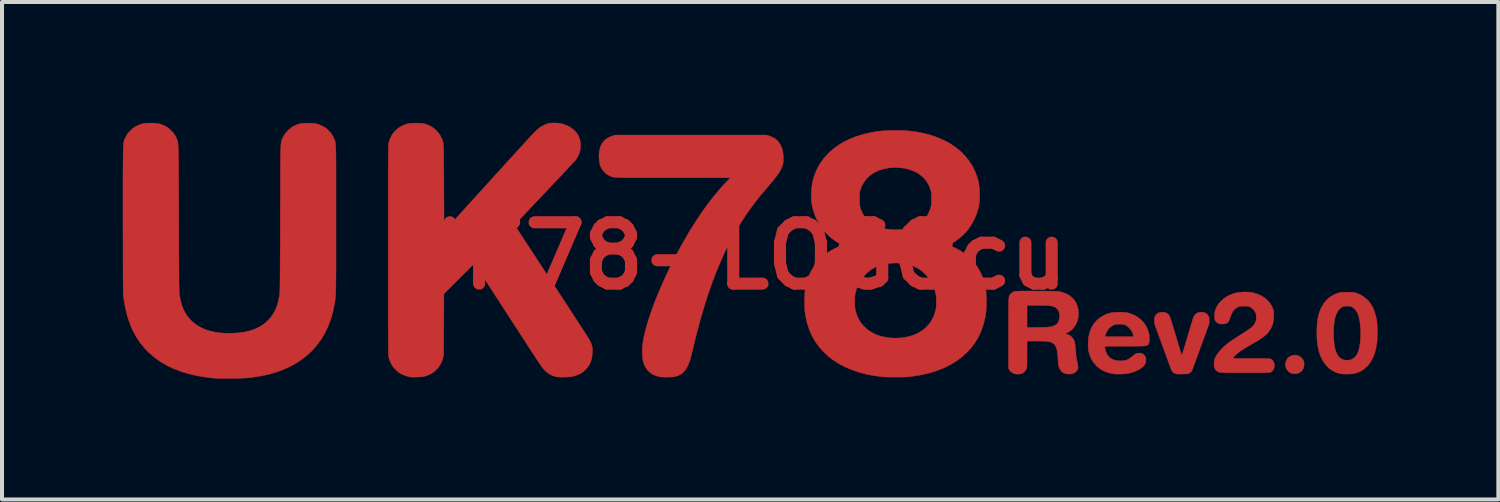
<source format=kicad_pcb>
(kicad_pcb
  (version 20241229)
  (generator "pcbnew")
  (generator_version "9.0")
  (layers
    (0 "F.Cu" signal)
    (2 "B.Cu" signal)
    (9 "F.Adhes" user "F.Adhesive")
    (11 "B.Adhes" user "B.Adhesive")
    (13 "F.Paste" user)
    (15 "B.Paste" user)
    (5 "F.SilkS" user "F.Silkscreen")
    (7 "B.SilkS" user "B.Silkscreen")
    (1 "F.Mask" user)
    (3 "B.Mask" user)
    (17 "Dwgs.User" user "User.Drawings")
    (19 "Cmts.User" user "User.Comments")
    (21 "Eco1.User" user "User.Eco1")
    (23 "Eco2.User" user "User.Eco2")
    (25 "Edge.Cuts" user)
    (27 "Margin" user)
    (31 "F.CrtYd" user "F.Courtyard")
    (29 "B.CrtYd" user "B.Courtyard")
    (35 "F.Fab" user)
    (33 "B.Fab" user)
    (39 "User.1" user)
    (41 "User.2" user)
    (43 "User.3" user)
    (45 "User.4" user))
  (footprint "UK78-LOGOcu"
    (layer "F.Cu")
    (at 15.165 3.306)
    (property "Reference" "UK78-LOGOcu" (at 0 0 0) (layer "F.Cu") (effects (font (size 1.524 1.524) (thickness 0.3))))
    (attr through_hole)
    (fp_poly (pts (xy 14.02 2.473) (xy 14.073 2.497) (xy 14.118 2.534) (xy 14.155 2.583) (xy 14.16 2.592) (xy 14.178 2.647) (xy 14.182 2.706) (xy 14.173 2.764) (xy 14.151 2.818) (xy 14.117 2.863) (xy 14.113 2.868) (xy 14.065 2.902) (xy 14.01 2.923) (xy 13.95 2.931) (xy 13.891 2.924) (xy 13.845 2.908) (xy 13.794 2.874) (xy 13.755 2.83) (xy 13.73 2.779) (xy 13.717 2.723) (xy 13.719 2.665) (xy 13.735 2.607) (xy 13.765 2.551) (xy 13.771 2.543) (xy 13.79 2.525) (xy 13.818 2.505) (xy 13.844 2.49) (xy 13.903 2.469) (xy 13.963 2.464) (xy 14.02 2.473)) (stroke (width 0.01) (type solid)) (fill yes) (layer "F.Cu"))
    (fp_poly (pts (xy 11.688 1.404) (xy 11.737 1.423) (xy 11.777 1.457) (xy 11.798 1.485) (xy 11.81 1.507) (xy 11.818 1.525) (xy 11.822 1.546) (xy 11.823 1.575) (xy 11.823 1.604) (xy 11.822 1.681) (xy 11.614 2.254) (xy 11.579 2.348) (xy 11.546 2.439) (xy 11.515 2.524) (xy 11.487 2.602) (xy 11.461 2.672) (xy 11.438 2.732) (xy 11.42 2.781) (xy 11.406 2.819) (xy 11.397 2.842) (xy 11.393 2.851) (xy 11.367 2.886) (xy 11.33 2.916) (xy 11.32 2.922) (xy 11.303 2.927) (xy 11.274 2.931) (xy 11.231 2.933) (xy 11.173 2.935) (xy 11.159 2.935) (xy 11.112 2.936) (xy 11.07 2.936) (xy 11.038 2.936) (xy 11.017 2.935) (xy 11.011 2.934) (xy 10.997 2.93) (xy 10.98 2.926) (xy 10.952 2.914) (xy 10.922 2.891) (xy 10.898 2.863) (xy 10.892 2.852) (xy 10.887 2.84) (xy 10.876 2.813) (xy 10.861 2.774) (xy 10.842 2.722) (xy 10.819 2.66) (xy 10.793 2.588) (xy 10.763 2.508) (xy 10.732 2.422) (xy 10.698 2.331) (xy 10.67 2.254) (xy 10.462 1.681) (xy 10.461 1.604) (xy 10.461 1.566) (xy 10.463 1.54) (xy 10.468 1.52) (xy 10.477 1.501) (xy 10.486 1.485) (xy 10.521 1.443) (xy 10.564 1.415) (xy 10.616 1.4) (xy 10.655 1.397) (xy 10.711 1.402) (xy 10.756 1.417) (xy 10.795 1.444) (xy 10.814 1.463) (xy 10.82 1.47) (xy 10.826 1.477) (xy 10.832 1.484) (xy 10.837 1.494) (xy 10.843 1.506) (xy 10.85 1.522) (xy 10.858 1.544) (xy 10.867 1.573) (xy 10.879 1.609) (xy 10.893 1.654) (xy 10.91 1.71) (xy 10.93 1.776) (xy 10.954 1.856) (xy 10.982 1.949) (xy 11.014 2.057) (xy 11.016 2.064) (xy 11.04 2.143) (xy 11.062 2.218) (xy 11.083 2.286) (xy 11.101 2.346) (xy 11.117 2.396) (xy 11.129 2.434) (xy 11.137 2.46) (xy 11.142 2.472) (xy 11.142 2.472) (xy 11.145 2.464) (xy 11.153 2.442) (xy 11.164 2.406) (xy 11.179 2.359) (xy 11.197 2.301) (xy 11.217 2.235) (xy 11.239 2.162) (xy 11.263 2.083) (xy 11.269 2.064) (xy 11.301 1.955) (xy 11.329 1.861) (xy 11.353 1.781) (xy 11.373 1.713) (xy 11.39 1.657) (xy 11.405 1.611) (xy 11.416 1.574) (xy 11.426 1.546) (xy 11.434 1.523) (xy 11.441 1.507) (xy 11.447 1.494) (xy 11.452 1.485) (xy 11.458 1.477) (xy 11.464 1.471) (xy 11.47 1.463) (xy 11.471 1.463) (xy 11.508 1.429) (xy 11.549 1.408) (xy 11.599 1.399) (xy 11.629 1.397) (xy 11.688 1.404)) (stroke (width 0.01) (type solid)) (fill yes) (layer "F.Cu"))
    (fp_poly (pts (xy 15.317 0.902) (xy 15.372 0.905) (xy 15.419 0.91) (xy 15.461 0.919) (xy 15.501 0.933) (xy 15.545 0.951) (xy 15.586 0.97) (xy 15.656 1.012) (xy 15.724 1.065) (xy 15.785 1.126) (xy 15.819 1.168) (xy 15.867 1.243) (xy 15.909 1.332) (xy 15.944 1.433) (xy 15.973 1.543) (xy 15.978 1.565) (xy 15.986 1.62) (xy 15.993 1.689) (xy 15.998 1.766) (xy 16.001 1.849) (xy 16.001 1.932) (xy 16 2.013) (xy 15.996 2.087) (xy 15.99 2.15) (xy 15.967 2.287) (xy 15.935 2.411) (xy 15.894 2.52) (xy 15.843 2.617) (xy 15.784 2.702) (xy 15.739 2.751) (xy 15.664 2.817) (xy 15.583 2.868) (xy 15.494 2.905) (xy 15.418 2.925) (xy 15.376 2.931) (xy 15.323 2.935) (xy 15.263 2.937) (xy 15.201 2.936) (xy 15.144 2.934) (xy 15.095 2.928) (xy 15.072 2.925) (xy 14.974 2.895) (xy 14.883 2.85) (xy 14.8 2.791) (xy 14.726 2.718) (xy 14.663 2.632) (xy 14.609 2.534) (xy 14.589 2.488) (xy 14.556 2.394) (xy 14.531 2.296) (xy 14.513 2.192) (xy 14.502 2.079) (xy 14.497 1.957) (xy 14.913 1.957) (xy 14.917 2.062) (xy 14.925 2.162) (xy 14.939 2.253) (xy 14.957 2.332) (xy 14.958 2.337) (xy 14.976 2.389) (xy 15 2.44) (xy 15.027 2.485) (xy 15.046 2.51) (xy 15.068 2.529) (xy 15.098 2.55) (xy 15.123 2.565) (xy 15.152 2.578) (xy 15.176 2.586) (xy 15.203 2.59) (xy 15.238 2.591) (xy 15.248 2.591) (xy 15.287 2.59) (xy 15.315 2.587) (xy 15.34 2.58) (xy 15.366 2.569) (xy 15.374 2.565) (xy 15.422 2.534) (xy 15.463 2.494) (xy 15.497 2.443) (xy 15.525 2.379) (xy 15.548 2.301) (xy 15.565 2.211) (xy 15.574 2.14) (xy 15.581 2.057) (xy 15.584 1.968) (xy 15.585 1.878) (xy 15.582 1.794) (xy 15.579 1.757) (xy 15.567 1.645) (xy 15.548 1.548) (xy 15.524 1.465) (xy 15.493 1.396) (xy 15.455 1.339) (xy 15.41 1.295) (xy 15.376 1.272) (xy 15.357 1.261) (xy 15.339 1.255) (xy 15.318 1.251) (xy 15.289 1.249) (xy 15.248 1.249) (xy 15.207 1.249) (xy 15.179 1.251) (xy 15.158 1.255) (xy 15.14 1.261) (xy 15.121 1.272) (xy 15.068 1.312) (xy 15.023 1.367) (xy 14.985 1.436) (xy 14.956 1.517) (xy 14.944 1.562) (xy 14.929 1.65) (xy 14.919 1.747) (xy 14.913 1.851) (xy 14.913 1.957) (xy 14.497 1.957) (xy 14.497 1.955) (xy 14.497 1.85) (xy 14.501 1.737) (xy 14.51 1.637) (xy 14.522 1.548) (xy 14.54 1.467) (xy 14.564 1.391) (xy 14.594 1.317) (xy 14.615 1.275) (xy 14.671 1.18) (xy 14.737 1.098) (xy 14.813 1.031) (xy 14.898 0.977) (xy 14.911 0.97) (xy 14.96 0.947) (xy 15.003 0.93) (xy 15.044 0.917) (xy 15.086 0.909) (xy 15.134 0.904) (xy 15.192 0.902) (xy 15.248 0.902) (xy 15.317 0.902)) (stroke (width 0.01) (type solid)) (fill yes) (layer "F.Cu"))
    (fp_poly (pts (xy 9.611 1.399) (xy 9.618 1.399) (xy 9.681 1.402) (xy 9.731 1.405) (xy 9.771 1.41) (xy 9.805 1.417) (xy 9.822 1.421) (xy 9.928 1.458) (xy 10.025 1.508) (xy 10.11 1.57) (xy 10.183 1.643) (xy 10.243 1.725) (xy 10.29 1.818) (xy 10.322 1.913) (xy 10.331 1.961) (xy 10.336 2.013) (xy 10.338 2.065) (xy 10.336 2.114) (xy 10.33 2.154) (xy 10.32 2.184) (xy 10.316 2.19) (xy 10.308 2.201) (xy 10.301 2.21) (xy 10.292 2.218) (xy 10.282 2.224) (xy 10.268 2.23) (xy 10.249 2.234) (xy 10.224 2.237) (xy 10.191 2.24) (xy 10.15 2.241) (xy 10.099 2.243) (xy 10.036 2.243) (xy 9.961 2.244) (xy 9.871 2.244) (xy 9.767 2.244) (xy 9.735 2.244) (xy 9.629 2.244) (xy 9.54 2.244) (xy 9.464 2.244) (xy 9.402 2.244) (xy 9.352 2.245) (xy 9.313 2.246) (xy 9.283 2.247) (xy 9.261 2.248) (xy 9.246 2.249) (xy 9.236 2.251) (xy 9.231 2.254) (xy 9.229 2.257) (xy 9.229 2.258) (xy 9.232 2.286) (xy 9.24 2.323) (xy 9.25 2.363) (xy 9.262 2.399) (xy 9.272 2.423) (xy 9.312 2.486) (xy 9.363 2.536) (xy 9.425 2.573) (xy 9.498 2.597) (xy 9.581 2.608) (xy 9.614 2.608) (xy 9.678 2.606) (xy 9.733 2.598) (xy 9.783 2.582) (xy 9.831 2.557) (xy 9.882 2.522) (xy 9.923 2.489) (xy 9.953 2.464) (xy 9.982 2.443) (xy 10.006 2.428) (xy 10.013 2.425) (xy 10.048 2.416) (xy 10.091 2.414) (xy 10.131 2.418) (xy 10.154 2.424) (xy 10.179 2.44) (xy 10.205 2.464) (xy 10.229 2.491) (xy 10.246 2.517) (xy 10.25 2.527) (xy 10.253 2.559) (xy 10.251 2.6) (xy 10.244 2.641) (xy 10.234 2.675) (xy 10.232 2.68) (xy 10.201 2.727) (xy 10.155 2.772) (xy 10.096 2.813) (xy 10.025 2.851) (xy 9.945 2.883) (xy 9.857 2.909) (xy 9.781 2.925) (xy 9.741 2.93) (xy 9.69 2.934) (xy 9.632 2.936) (xy 9.572 2.937) (xy 9.516 2.936) (xy 9.467 2.933) (xy 9.431 2.929) (xy 9.317 2.903) (xy 9.213 2.863) (xy 9.12 2.812) (xy 9.038 2.748) (xy 8.968 2.672) (xy 8.91 2.586) (xy 8.9 2.566) (xy 8.866 2.493) (xy 8.841 2.423) (xy 8.825 2.35) (xy 8.816 2.271) (xy 8.814 2.182) (xy 8.821 2.059) (xy 8.83 2.007) (xy 9.23 2.007) (xy 9.942 2.007) (xy 9.937 1.971) (xy 9.92 1.911) (xy 9.889 1.853) (xy 9.846 1.799) (xy 9.795 1.753) (xy 9.75 1.724) (xy 9.727 1.713) (xy 9.708 1.705) (xy 9.688 1.701) (xy 9.664 1.698) (xy 9.629 1.698) (xy 9.597 1.698) (xy 9.553 1.698) (xy 9.521 1.699) (xy 9.498 1.702) (xy 9.477 1.708) (xy 9.455 1.717) (xy 9.439 1.724) (xy 9.375 1.764) (xy 9.321 1.816) (xy 9.278 1.882) (xy 9.245 1.958) (xy 9.241 1.97) (xy 9.23 2.007) (xy 8.83 2.007) (xy 8.841 1.944) (xy 8.875 1.838) (xy 8.922 1.741) (xy 8.982 1.655) (xy 9.053 1.58) (xy 9.136 1.517) (xy 9.231 1.465) (xy 9.251 1.456) (xy 9.316 1.432) (xy 9.381 1.415) (xy 9.448 1.404) (xy 9.524 1.399) (xy 9.611 1.399)) (stroke (width 0.01) (type solid)) (fill yes) (layer "F.Cu"))
    (fp_poly (pts (xy 0.889 -2.982) (xy 0.973 -2.949) (xy 1.044 -2.909) (xy 1.102 -2.858) (xy 1.15 -2.797) (xy 1.177 -2.749) (xy 1.2 -2.698) (xy 1.217 -2.653) (xy 1.228 -2.606) (xy 1.236 -2.555) (xy 1.241 -2.493) (xy 1.242 -2.456) (xy 1.244 -2.392) (xy 1.242 -2.341) (xy 1.237 -2.297) (xy 1.228 -2.256) (xy 1.212 -2.215) (xy 1.191 -2.167) (xy 1.185 -2.155) (xy 1.165 -2.117) (xy 1.142 -2.077) (xy 1.113 -2.034) (xy 1.079 -1.987) (xy 1.039 -1.933) (xy 0.99 -1.872) (xy 0.932 -1.802) (xy 0.863 -1.721) (xy 0.854 -1.71) (xy 0.809 -1.658) (xy 0.764 -1.604) (xy 0.721 -1.553) (xy 0.682 -1.507) (xy 0.65 -1.468) (xy 0.63 -1.444) (xy 0.476 -1.244) (xy 0.328 -1.038) (xy 0.188 -0.823) (xy 0.054 -0.599) (xy -0.074 -0.366) (xy -0.196 -0.123) (xy -0.312 0.132) (xy -0.423 0.398) (xy -0.529 0.677) (xy -0.631 0.969) (xy -0.728 1.275) (xy -0.821 1.596) (xy -0.911 1.931) (xy -0.986 2.238) (xy -1.009 2.332) (xy -1.028 2.411) (xy -1.045 2.477) (xy -1.06 2.533) (xy -1.073 2.58) (xy -1.086 2.62) (xy -1.098 2.655) (xy -1.111 2.687) (xy -1.125 2.719) (xy -1.14 2.75) (xy -1.186 2.828) (xy -1.24 2.891) (xy -1.303 2.941) (xy -1.375 2.977) (xy -1.458 3.001) (xy -1.495 3.006) (xy -1.545 3.01) (xy -1.602 3.012) (xy -1.662 3.013) (xy -1.72 3.012) (xy -1.772 3.01) (xy -1.812 3.006) (xy -1.815 3.005) (xy -1.911 2.982) (xy -1.996 2.946) (xy -2.069 2.898) (xy -2.131 2.838) (xy -2.181 2.765) (xy -2.22 2.68) (xy -2.236 2.628) (xy -2.246 2.578) (xy -2.254 2.516) (xy -2.258 2.446) (xy -2.26 2.371) (xy -2.259 2.297) (xy -2.254 2.226) (xy -2.248 2.176) (xy -2.224 2.037) (xy -2.19 1.887) (xy -2.147 1.725) (xy -2.095 1.554) (xy -2.034 1.373) (xy -1.965 1.186) (xy -1.889 0.992) (xy -1.806 0.793) (xy -1.716 0.591) (xy -1.621 0.386) (xy -1.52 0.179) (xy -1.413 -0.028) (xy -1.303 -0.234) (xy -1.242 -0.343) (xy -1.097 -0.592) (xy -0.949 -0.829) (xy -0.801 -1.053) (xy -0.651 -1.264) (xy -0.501 -1.459) (xy -0.351 -1.64) (xy -0.202 -1.805) (xy -0.173 -1.835) (xy -0.072 -1.939) (xy -1.486 -1.939) (xy -1.671 -1.939) (xy -1.841 -1.939) (xy -1.995 -1.939) (xy -2.135 -1.939) (xy -2.26 -1.939) (xy -2.373 -1.94) (xy -2.474 -1.94) (xy -2.563 -1.94) (xy -2.641 -1.941) (xy -2.71 -1.942) (xy -2.77 -1.943) (xy -2.821 -1.945) (xy -2.865 -1.947) (xy -2.902 -1.949) (xy -2.934 -1.951) (xy -2.96 -1.954) (xy -2.982 -1.958) (xy -3.001 -1.961) (xy -3.016 -1.966) (xy -3.03 -1.97) (xy -3.043 -1.976) (xy -3.055 -1.982) (xy -3.068 -1.988) (xy -3.082 -1.995) (xy -3.087 -1.998) (xy -3.135 -2.025) (xy -3.175 -2.055) (xy -3.207 -2.087) (xy -3.254 -2.144) (xy -3.289 -2.207) (xy -3.314 -2.277) (xy -3.329 -2.356) (xy -3.336 -2.447) (xy -3.336 -2.475) (xy -3.33 -2.579) (xy -3.312 -2.672) (xy -3.281 -2.753) (xy -3.239 -2.823) (xy -3.183 -2.882) (xy -3.115 -2.93) (xy -3.034 -2.968) (xy -3.008 -2.977) (xy -2.934 -3.001) (xy 0.826 -3.001) (xy 0.889 -2.982)) (stroke (width 0.01) (type solid)) (fill yes) (layer "F.Cu"))
    (fp_poly (pts (xy 7.376 0.873) (xy 7.479 0.874) (xy 7.549 0.874) (xy 7.657 0.875) (xy 7.749 0.875) (xy 7.826 0.876) (xy 7.892 0.877) (xy 7.945 0.878) (xy 7.989 0.879) (xy 8.025 0.88) (xy 8.054 0.881) (xy 8.077 0.883) (xy 8.095 0.886) (xy 8.111 0.888) (xy 8.126 0.891) (xy 8.141 0.895) (xy 8.143 0.896) (xy 8.245 0.93) (xy 8.333 0.974) (xy 8.408 1.029) (xy 8.469 1.093) (xy 8.517 1.168) (xy 8.551 1.252) (xy 8.571 1.346) (xy 8.577 1.436) (xy 8.57 1.528) (xy 8.549 1.616) (xy 8.516 1.696) (xy 8.471 1.768) (xy 8.416 1.829) (xy 8.351 1.879) (xy 8.29 1.91) (xy 8.267 1.921) (xy 8.255 1.929) (xy 8.255 1.933) (xy 8.32 1.957) (xy 8.372 1.984) (xy 8.412 2.018) (xy 8.444 2.061) (xy 8.447 2.065) (xy 8.463 2.095) (xy 8.476 2.13) (xy 8.486 2.171) (xy 8.494 2.222) (xy 8.501 2.284) (xy 8.507 2.36) (xy 8.508 2.379) (xy 8.514 2.456) (xy 8.521 2.52) (xy 8.53 2.574) (xy 8.538 2.608) (xy 8.553 2.673) (xy 8.562 2.724) (xy 8.565 2.766) (xy 8.561 2.8) (xy 8.55 2.828) (xy 8.532 2.855) (xy 8.514 2.874) (xy 8.474 2.906) (xy 8.429 2.927) (xy 8.375 2.936) (xy 8.32 2.936) (xy 8.253 2.927) (xy 8.198 2.905) (xy 8.153 2.87) (xy 8.117 2.821) (xy 8.093 2.769) (xy 8.086 2.745) (xy 8.08 2.717) (xy 8.075 2.681) (xy 8.071 2.633) (xy 8.068 2.582) (xy 8.062 2.488) (xy 8.053 2.408) (xy 8.042 2.342) (xy 8.027 2.288) (xy 8.009 2.244) (xy 7.986 2.209) (xy 7.958 2.182) (xy 7.924 2.159) (xy 7.915 2.154) (xy 7.891 2.144) (xy 7.864 2.136) (xy 7.83 2.129) (xy 7.788 2.124) (xy 7.737 2.121) (xy 7.675 2.118) (xy 7.598 2.117) (xy 7.516 2.117) (xy 7.298 2.117) (xy 7.298 2.44) (xy 7.298 2.535) (xy 7.297 2.614) (xy 7.296 2.677) (xy 7.295 2.727) (xy 7.293 2.764) (xy 7.29 2.788) (xy 7.288 2.797) (xy 7.272 2.83) (xy 7.245 2.864) (xy 7.213 2.895) (xy 7.178 2.919) (xy 7.158 2.928) (xy 7.115 2.936) (xy 7.066 2.938) (xy 7.017 2.935) (xy 6.975 2.926) (xy 6.96 2.92) (xy 6.908 2.889) (xy 6.869 2.846) (xy 6.855 2.824) (xy 6.837 2.79) (xy 6.837 1.918) (xy 6.837 1.778) (xy 7.298 1.778) (xy 7.516 1.778) (xy 7.581 1.777) (xy 7.645 1.776) (xy 7.706 1.775) (xy 7.759 1.773) (xy 7.8 1.771) (xy 7.819 1.77) (xy 7.9 1.758) (xy 7.966 1.737) (xy 8.019 1.708) (xy 8.058 1.669) (xy 8.085 1.62) (xy 8.1 1.56) (xy 8.104 1.495) (xy 8.099 1.428) (xy 8.084 1.373) (xy 8.059 1.329) (xy 8.021 1.294) (xy 7.982 1.27) (xy 7.957 1.26) (xy 7.929 1.251) (xy 7.896 1.244) (xy 7.857 1.238) (xy 7.809 1.234) (xy 7.75 1.231) (xy 7.68 1.229) (xy 7.596 1.228) (xy 7.525 1.228) (xy 7.298 1.228) (xy 7.298 1.778) (xy 6.837 1.778) (xy 6.837 1.773) (xy 6.837 1.644) (xy 6.837 1.53) (xy 6.837 1.43) (xy 6.837 1.343) (xy 6.838 1.268) (xy 6.839 1.204) (xy 6.84 1.15) (xy 6.842 1.105) (xy 6.844 1.069) (xy 6.847 1.039) (xy 6.851 1.015) (xy 6.855 0.996) (xy 6.86 0.982) (xy 6.866 0.97) (xy 6.873 0.961) (xy 6.881 0.953) (xy 6.89 0.945) (xy 6.9 0.936) (xy 6.904 0.933) (xy 6.917 0.921) (xy 6.929 0.911) (xy 6.942 0.902) (xy 6.956 0.894) (xy 6.973 0.888) (xy 6.995 0.883) (xy 7.022 0.88) (xy 7.056 0.877) (xy 7.098 0.875) (xy 7.15 0.874) (xy 7.212 0.873) (xy 7.287 0.873) (xy 7.376 0.873)) (stroke (width 0.01) (type solid)) (fill yes) (layer "F.Cu"))
    (fp_poly (pts (xy 12.804 0.9) (xy 12.899 0.913) (xy 12.899 0.913) (xy 13.003 0.942) (xy 13.099 0.982) (xy 13.186 1.034) (xy 13.261 1.095) (xy 13.325 1.165) (xy 13.375 1.242) (xy 13.411 1.326) (xy 13.413 1.332) (xy 13.42 1.358) (xy 13.425 1.383) (xy 13.427 1.41) (xy 13.428 1.443) (xy 13.426 1.488) (xy 13.426 1.506) (xy 13.422 1.574) (xy 13.415 1.631) (xy 13.404 1.681) (xy 13.389 1.729) (xy 13.366 1.779) (xy 13.361 1.791) (xy 13.329 1.848) (xy 13.289 1.901) (xy 13.239 1.953) (xy 13.179 2.005) (xy 13.106 2.057) (xy 13.02 2.113) (xy 12.969 2.142) (xy 12.872 2.199) (xy 12.789 2.247) (xy 12.719 2.289) (xy 12.66 2.325) (xy 12.613 2.356) (xy 12.598 2.365) (xy 12.557 2.395) (xy 12.515 2.429) (xy 12.478 2.462) (xy 12.448 2.493) (xy 12.427 2.519) (xy 12.424 2.525) (xy 12.412 2.548) (xy 12.866 2.548) (xy 12.966 2.548) (xy 13.05 2.549) (xy 13.12 2.549) (xy 13.177 2.549) (xy 13.223 2.55) (xy 13.259 2.551) (xy 13.287 2.552) (xy 13.309 2.553) (xy 13.325 2.555) (xy 13.337 2.558) (xy 13.346 2.561) (xy 13.355 2.565) (xy 13.358 2.566) (xy 13.396 2.593) (xy 13.423 2.631) (xy 13.437 2.68) (xy 13.44 2.726) (xy 13.434 2.785) (xy 13.416 2.832) (xy 13.385 2.867) (xy 13.343 2.891) (xy 13.328 2.895) (xy 13.313 2.897) (xy 13.281 2.899) (xy 13.232 2.9) (xy 13.168 2.901) (xy 13.088 2.902) (xy 12.993 2.903) (xy 12.884 2.903) (xy 12.76 2.903) (xy 12.7 2.903) (xy 12.581 2.903) (xy 12.478 2.903) (xy 12.389 2.903) (xy 12.314 2.902) (xy 12.252 2.901) (xy 12.201 2.9) (xy 12.16 2.899) (xy 12.128 2.898) (xy 12.104 2.896) (xy 12.086 2.894) (xy 12.075 2.892) (xy 12.071 2.891) (xy 12.022 2.867) (xy 11.985 2.833) (xy 11.966 2.804) (xy 11.954 2.784) (xy 11.948 2.765) (xy 11.944 2.743) (xy 11.943 2.713) (xy 11.943 2.684) (xy 11.944 2.637) (xy 11.949 2.601) (xy 11.957 2.569) (xy 11.962 2.555) (xy 11.996 2.486) (xy 12.044 2.413) (xy 12.104 2.34) (xy 12.174 2.268) (xy 12.234 2.215) (xy 12.267 2.187) (xy 12.301 2.161) (xy 12.337 2.135) (xy 12.376 2.107) (xy 12.422 2.076) (xy 12.477 2.041) (xy 12.542 1.999) (xy 12.603 1.96) (xy 12.682 1.91) (xy 12.747 1.867) (xy 12.801 1.831) (xy 12.845 1.799) (xy 12.88 1.77) (xy 12.908 1.744) (xy 12.93 1.719) (xy 12.947 1.694) (xy 12.962 1.668) (xy 12.968 1.655) (xy 12.98 1.627) (xy 12.987 1.6) (xy 12.991 1.57) (xy 12.992 1.53) (xy 12.992 1.528) (xy 12.991 1.488) (xy 12.988 1.458) (xy 12.982 1.433) (xy 12.971 1.406) (xy 12.97 1.405) (xy 12.934 1.347) (xy 12.885 1.299) (xy 12.842 1.272) (xy 12.822 1.262) (xy 12.804 1.256) (xy 12.784 1.252) (xy 12.758 1.25) (xy 12.722 1.249) (xy 12.691 1.249) (xy 12.647 1.249) (xy 12.615 1.25) (xy 12.591 1.253) (xy 12.571 1.258) (xy 12.551 1.266) (xy 12.529 1.277) (xy 12.481 1.305) (xy 12.441 1.342) (xy 12.406 1.388) (xy 12.376 1.446) (xy 12.349 1.518) (xy 12.344 1.535) (xy 12.323 1.592) (xy 12.301 1.634) (xy 12.274 1.663) (xy 12.241 1.682) (xy 12.199 1.691) (xy 12.151 1.693) (xy 12.113 1.692) (xy 12.085 1.688) (xy 12.06 1.68) (xy 12.039 1.67) (xy 12.001 1.645) (xy 11.975 1.613) (xy 11.96 1.573) (xy 11.954 1.521) (xy 11.953 1.498) (xy 11.956 1.436) (xy 11.965 1.382) (xy 11.983 1.327) (xy 12.006 1.274) (xy 12.051 1.197) (xy 12.111 1.126) (xy 12.184 1.062) (xy 12.267 1.006) (xy 12.359 0.961) (xy 12.407 0.943) (xy 12.498 0.918) (xy 12.598 0.903) (xy 12.702 0.897) (xy 12.804 0.9)) (stroke (width 0.01) (type solid)) (fill yes) (layer "F.Cu"))
    (fp_poly (pts (xy 4.136 -3.115) (xy 4.208 -3.113) (xy 4.27 -3.111) (xy 4.321 -3.108) (xy 4.331 -3.107) (xy 4.533 -3.083) (xy 4.725 -3.046) (xy 4.907 -2.999) (xy 5.078 -2.94) (xy 5.237 -2.87) (xy 5.385 -2.79) (xy 5.521 -2.699) (xy 5.645 -2.599) (xy 5.755 -2.488) (xy 5.853 -2.367) (xy 5.937 -2.237) (xy 5.973 -2.17) (xy 6.029 -2.043) (xy 6.072 -1.914) (xy 6.101 -1.781) (xy 6.117 -1.64) (xy 6.121 -1.513) (xy 6.12 -1.434) (xy 6.117 -1.366) (xy 6.11 -1.303) (xy 6.099 -1.241) (xy 6.084 -1.172) (xy 6.079 -1.155) (xy 6.041 -1.031) (xy 5.988 -0.907) (xy 5.923 -0.787) (xy 5.849 -0.674) (xy 5.837 -0.659) (xy 5.773 -0.583) (xy 5.695 -0.506) (xy 5.609 -0.432) (xy 5.519 -0.365) (xy 5.429 -0.308) (xy 5.413 -0.299) (xy 5.382 -0.281) (xy 5.364 -0.27) (xy 5.358 -0.262) (xy 5.363 -0.258) (xy 5.364 -0.258) (xy 5.51 -0.198) (xy 5.645 -0.127) (xy 5.768 -0.043) (xy 5.88 0.051) (xy 5.978 0.157) (xy 6.064 0.273) (xy 6.137 0.399) (xy 6.196 0.536) (xy 6.236 0.662) (xy 6.251 0.723) (xy 6.263 0.778) (xy 6.272 0.829) (xy 6.279 0.881) (xy 6.283 0.939) (xy 6.287 1.007) (xy 6.288 1.074) (xy 6.29 1.17) (xy 6.288 1.254) (xy 6.284 1.33) (xy 6.277 1.403) (xy 6.267 1.476) (xy 6.252 1.554) (xy 6.251 1.558) (xy 6.21 1.722) (xy 6.154 1.878) (xy 6.085 2.025) (xy 6.001 2.162) (xy 5.904 2.291) (xy 5.794 2.409) (xy 5.671 2.518) (xy 5.535 2.618) (xy 5.388 2.706) (xy 5.228 2.785) (xy 5.057 2.852) (xy 4.874 2.909) (xy 4.681 2.954) (xy 4.477 2.988) (xy 4.322 3.006) (xy 4.281 3.008) (xy 4.226 3.01) (xy 4.162 3.012) (xy 4.09 3.013) (xy 4.016 3.013) (xy 3.941 3.012) (xy 3.871 3.011) (xy 3.807 3.009) (xy 3.755 3.007) (xy 3.721 3.005) (xy 3.511 2.979) (xy 3.312 2.941) (xy 3.123 2.892) (xy 2.945 2.831) (xy 2.778 2.76) (xy 2.622 2.678) (xy 2.479 2.585) (xy 2.347 2.483) (xy 2.229 2.37) (xy 2.123 2.248) (xy 2.03 2.117) (xy 1.951 1.976) (xy 1.886 1.826) (xy 1.835 1.668) (xy 1.809 1.558) (xy 1.794 1.479) (xy 1.783 1.406) (xy 1.776 1.333) (xy 1.772 1.258) (xy 1.771 1.174) (xy 1.771 1.147) (xy 3.015 1.147) (xy 3.017 1.217) (xy 3.022 1.28) (xy 3.027 1.313) (xy 3.055 1.43) (xy 3.098 1.539) (xy 3.154 1.639) (xy 3.224 1.728) (xy 3.305 1.808) (xy 3.398 1.877) (xy 3.502 1.935) (xy 3.616 1.981) (xy 3.739 2.014) (xy 3.871 2.035) (xy 3.933 2.04) (xy 4.03 2.043) (xy 4.117 2.041) (xy 4.202 2.033) (xy 4.267 2.024) (xy 4.398 1.995) (xy 4.518 1.953) (xy 4.627 1.899) (xy 4.725 1.832) (xy 4.791 1.775) (xy 4.871 1.687) (xy 4.935 1.591) (xy 4.985 1.487) (xy 5.021 1.374) (xy 5.034 1.313) (xy 5.041 1.257) (xy 5.045 1.19) (xy 5.046 1.119) (xy 5.043 1.05) (xy 5.038 0.989) (xy 5.033 0.957) (xy 5.002 0.838) (xy 4.957 0.723) (xy 4.898 0.615) (xy 4.827 0.516) (xy 4.77 0.454) (xy 4.678 0.373) (xy 4.578 0.306) (xy 4.469 0.254) (xy 4.351 0.215) (xy 4.223 0.19) (xy 4.085 0.178) (xy 4.03 0.177) (xy 3.896 0.183) (xy 3.773 0.2) (xy 3.66 0.229) (xy 3.553 0.27) (xy 3.452 0.325) (xy 3.424 0.343) (xy 3.331 0.415) (xy 3.248 0.5) (xy 3.175 0.595) (xy 3.114 0.701) (xy 3.066 0.813) (xy 3.032 0.932) (xy 3.027 0.957) (xy 3.02 1.011) (xy 3.016 1.077) (xy 3.015 1.147) (xy 1.771 1.147) (xy 1.772 1.078) (xy 1.772 1.074) (xy 1.774 0.995) (xy 1.777 0.93) (xy 1.782 0.873) (xy 1.789 0.821) (xy 1.799 0.769) (xy 1.811 0.714) (xy 1.825 0.662) (xy 1.871 0.518) (xy 1.932 0.383) (xy 2.006 0.258) (xy 2.094 0.143) (xy 2.194 0.039) (xy 2.307 -0.055) (xy 2.431 -0.136) (xy 2.568 -0.206) (xy 2.696 -0.258) (xy 2.702 -0.262) (xy 2.698 -0.269) (xy 2.682 -0.28) (xy 2.653 -0.296) (xy 2.648 -0.299) (xy 2.558 -0.354) (xy 2.467 -0.419) (xy 2.381 -0.492) (xy 2.301 -0.568) (xy 2.234 -0.645) (xy 2.223 -0.659) (xy 2.147 -0.77) (xy 2.081 -0.89) (xy 2.026 -1.014) (xy 1.986 -1.137) (xy 1.981 -1.155) (xy 1.965 -1.225) (xy 1.953 -1.289) (xy 1.945 -1.351) (xy 1.941 -1.417) (xy 1.941 -1.418) (xy 3.137 -1.418) (xy 3.137 -1.352) (xy 3.14 -1.298) (xy 3.144 -1.254) (xy 3.151 -1.214) (xy 3.162 -1.175) (xy 3.177 -1.134) (xy 3.187 -1.108) (xy 3.233 -1.016) (xy 3.292 -0.933) (xy 3.365 -0.86) (xy 3.449 -0.798) (xy 3.544 -0.746) (xy 3.649 -0.704) (xy 3.763 -0.674) (xy 3.886 -0.656) (xy 4.016 -0.649) (xy 4.154 -0.655) (xy 4.214 -0.661) (xy 4.317 -0.679) (xy 4.418 -0.707) (xy 4.513 -0.743) (xy 4.597 -0.787) (xy 4.619 -0.8) (xy 4.659 -0.83) (xy 4.703 -0.869) (xy 4.746 -0.912) (xy 4.785 -0.956) (xy 4.816 -0.996) (xy 4.825 -1.01) (xy 4.867 -1.094) (xy 4.902 -1.188) (xy 4.908 -1.212) (xy 4.914 -1.237) (xy 4.919 -1.266) (xy 4.921 -1.302) (xy 4.923 -1.348) (xy 4.923 -1.408) (xy 4.923 -1.418) (xy 4.923 -1.475) (xy 4.922 -1.519) (xy 4.92 -1.554) (xy 4.917 -1.582) (xy 4.912 -1.607) (xy 4.905 -1.633) (xy 4.904 -1.638) (xy 4.866 -1.74) (xy 4.813 -1.834) (xy 4.747 -1.919) (xy 4.668 -1.994) (xy 4.577 -2.059) (xy 4.476 -2.11) (xy 4.366 -2.149) (xy 4.247 -2.177) (xy 4.122 -2.191) (xy 3.996 -2.194) (xy 3.87 -2.185) (xy 3.748 -2.163) (xy 3.634 -2.13) (xy 3.584 -2.11) (xy 3.483 -2.058) (xy 3.392 -1.994) (xy 3.313 -1.918) (xy 3.247 -1.833) (xy 3.194 -1.739) (xy 3.156 -1.638) (xy 3.149 -1.611) (xy 3.144 -1.586) (xy 3.14 -1.558) (xy 3.138 -1.525) (xy 3.137 -1.483) (xy 3.137 -1.428) (xy 3.137 -1.418) (xy 1.941 -1.418) (xy 1.939 -1.493) (xy 1.939 -1.513) (xy 1.945 -1.662) (xy 1.963 -1.801) (xy 1.994 -1.934) (xy 2.039 -2.062) (xy 2.088 -2.17) (xy 2.165 -2.305) (xy 2.255 -2.43) (xy 2.36 -2.545) (xy 2.477 -2.651) (xy 2.607 -2.747) (xy 2.749 -2.832) (xy 2.903 -2.907) (xy 3.068 -2.971) (xy 3.245 -3.024) (xy 3.432 -3.066) (xy 3.629 -3.097) (xy 3.73 -3.107) (xy 3.776 -3.11) (xy 3.836 -3.113) (xy 3.906 -3.114) (xy 3.982 -3.115) (xy 4.06 -3.115) (xy 4.136 -3.115)) (stroke (width 0.01) (type solid)) (fill yes) (layer "F.Cu"))
    (fp_poly (pts (xy -4.371 -3.299) (xy -4.318 -3.294) (xy -4.286 -3.289) (xy -4.201 -3.265) (xy -4.117 -3.231) (xy -4.039 -3.187) (xy -3.971 -3.137) (xy -3.948 -3.116) (xy -3.887 -3.047) (xy -3.841 -2.973) (xy -3.811 -2.892) (xy -3.796 -2.803) (xy -3.793 -2.745) (xy -3.8 -2.648) (xy -3.821 -2.558) (xy -3.857 -2.473) (xy -3.909 -2.391) (xy -3.917 -2.38) (xy -3.926 -2.369) (xy -3.947 -2.347) (xy -3.977 -2.314) (xy -4.017 -2.27) (xy -4.066 -2.218) (xy -4.123 -2.158) (xy -4.187 -2.089) (xy -4.258 -2.014) (xy -4.335 -1.933) (xy -4.416 -1.847) (xy -4.502 -1.756) (xy -4.592 -1.661) (xy -4.684 -1.563) (xy -4.689 -1.558) (xy -4.781 -1.461) (xy -4.87 -1.368) (xy -4.955 -1.278) (xy -5.035 -1.193) (xy -5.109 -1.114) (xy -5.178 -1.041) (xy -5.24 -0.975) (xy -5.294 -0.916) (xy -5.341 -0.866) (xy -5.378 -0.826) (xy -5.406 -0.795) (xy -5.424 -0.775) (xy -5.43 -0.767) (xy -5.431 -0.767) (xy -5.426 -0.759) (xy -5.412 -0.738) (xy -5.39 -0.703) (xy -5.361 -0.657) (xy -5.323 -0.6) (xy -5.279 -0.531) (xy -5.228 -0.453) (xy -5.17 -0.365) (xy -5.107 -0.269) (xy -5.039 -0.164) (xy -4.966 -0.052) (xy -4.888 0.066) (xy -4.807 0.191) (xy -4.722 0.32) (xy -4.634 0.454) (xy -4.543 0.593) (xy -4.521 0.626) (xy -4.429 0.766) (xy -4.339 0.903) (xy -4.252 1.037) (xy -4.167 1.166) (xy -4.087 1.289) (xy -4.01 1.407) (xy -3.938 1.518) (xy -3.871 1.621) (xy -3.809 1.717) (xy -3.753 1.803) (xy -3.703 1.88) (xy -3.661 1.946) (xy -3.626 2.002) (xy -3.598 2.045) (xy -3.579 2.076) (xy -3.568 2.094) (xy -3.568 2.095) (xy -3.539 2.154) (xy -3.519 2.204) (xy -3.506 2.252) (xy -3.499 2.302) (xy -3.498 2.36) (xy -3.499 2.4) (xy -3.507 2.498) (xy -3.525 2.583) (xy -3.552 2.659) (xy -3.591 2.729) (xy -3.642 2.794) (xy -3.67 2.824) (xy -3.707 2.86) (xy -3.74 2.887) (xy -3.774 2.909) (xy -3.816 2.931) (xy -3.819 2.932) (xy -3.875 2.959) (xy -3.927 2.978) (xy -3.978 2.992) (xy -4.034 3.002) (xy -4.097 3.008) (xy -4.173 3.012) (xy -4.178 3.012) (xy -4.243 3.013) (xy -4.294 3.013) (xy -4.336 3.01) (xy -4.373 3.006) (xy -4.394 3.003) (xy -4.482 2.978) (xy -4.563 2.94) (xy -4.638 2.887) (xy -4.708 2.818) (xy -4.743 2.775) (xy -4.752 2.763) (xy -4.766 2.744) (xy -4.785 2.715) (xy -4.809 2.678) (xy -4.84 2.632) (xy -4.876 2.577) (xy -4.919 2.512) (xy -4.968 2.438) (xy -5.023 2.353) (xy -5.085 2.258) (xy -5.154 2.152) (xy -5.23 2.035) (xy -5.314 1.906) (xy -5.404 1.766) (xy -5.503 1.614) (xy -5.609 1.45) (xy -5.724 1.273) (xy -5.847 1.084) (xy -5.978 0.881) (xy -6.118 0.665) (xy -6.266 0.435) (xy -6.388 0.247) (xy -6.428 0.184) (xy -6.808 0.564) (xy -7.188 0.944) (xy -7.19 1.71) (xy -7.191 1.845) (xy -7.191 1.964) (xy -7.191 2.069) (xy -7.192 2.16) (xy -7.193 2.238) (xy -7.194 2.306) (xy -7.195 2.363) (xy -7.197 2.412) (xy -7.199 2.453) (xy -7.203 2.487) (xy -7.206 2.516) (xy -7.211 2.541) (xy -7.216 2.562) (xy -7.223 2.582) (xy -7.23 2.601) (xy -7.239 2.62) (xy -7.249 2.64) (xy -7.26 2.664) (xy -7.262 2.667) (xy -7.281 2.704) (xy -7.299 2.735) (xy -7.32 2.763) (xy -7.347 2.793) (xy -7.378 2.824) (xy -7.414 2.86) (xy -7.444 2.886) (xy -7.472 2.906) (xy -7.503 2.924) (xy -7.536 2.94) (xy -7.587 2.964) (xy -7.632 2.981) (xy -7.676 2.994) (xy -7.722 3.002) (xy -7.774 3.007) (xy -7.838 3.01) (xy -7.866 3.011) (xy -7.913 3.012) (xy -7.954 3.012) (xy -7.987 3.012) (xy -8.008 3.011) (xy -8.014 3.011) (xy -8.026 3.007) (xy -8.049 3.002) (xy -8.08 2.994) (xy -8.086 2.993) (xy -8.122 2.983) (xy -8.166 2.967) (xy -8.211 2.949) (xy -8.229 2.94) (xy -8.267 2.921) (xy -8.297 2.903) (xy -8.326 2.882) (xy -8.356 2.854) (xy -8.387 2.824) (xy -8.422 2.788) (xy -8.448 2.758) (xy -8.469 2.73) (xy -8.487 2.699) (xy -8.503 2.667) (xy -8.522 2.625) (xy -8.539 2.581) (xy -8.553 2.542) (xy -8.557 2.527) (xy -8.558 2.521) (xy -8.56 2.514) (xy -8.561 2.506) (xy -8.562 2.495) (xy -8.563 2.482) (xy -8.564 2.466) (xy -8.565 2.445) (xy -8.566 2.421) (xy -8.567 2.392) (xy -8.568 2.357) (xy -8.568 2.316) (xy -8.569 2.269) (xy -8.57 2.214) (xy -8.57 2.152) (xy -8.57 2.081) (xy -8.571 2.002) (xy -8.571 1.913) (xy -8.571 1.814) (xy -8.572 1.704) (xy -8.572 1.583) (xy -8.572 1.451) (xy -8.572 1.306) (xy -8.572 1.149) (xy -8.572 0.978) (xy -8.572 0.793) (xy -8.572 0.593) (xy -8.572 0.379) (xy -8.572 0.149) (xy -8.572 -0.098) (xy -8.572 -0.144) (xy -8.572 -0.393) (xy -8.572 -0.627) (xy -8.572 -0.844) (xy -8.572 -1.046) (xy -8.572 -1.234) (xy -8.572 -1.407) (xy -8.572 -1.567) (xy -8.572 -1.714) (xy -8.572 -1.848) (xy -8.572 -1.971) (xy -8.572 -2.083) (xy -8.571 -2.183) (xy -8.571 -2.274) (xy -8.571 -2.355) (xy -8.57 -2.428) (xy -8.57 -2.491) (xy -8.569 -2.547) (xy -8.569 -2.596) (xy -8.568 -2.638) (xy -8.567 -2.674) (xy -8.566 -2.704) (xy -8.566 -2.729) (xy -8.565 -2.75) (xy -8.564 -2.767) (xy -8.563 -2.781) (xy -8.561 -2.792) (xy -8.56 -2.801) (xy -8.559 -2.808) (xy -8.557 -2.814) (xy -8.557 -2.815) (xy -8.546 -2.85) (xy -8.53 -2.892) (xy -8.512 -2.936) (xy -8.503 -2.955) (xy -8.484 -2.992) (xy -8.466 -3.022) (xy -8.445 -3.051) (xy -8.417 -3.081) (xy -8.387 -3.112) (xy -8.351 -3.148) (xy -8.321 -3.174) (xy -8.293 -3.194) (xy -8.261 -3.212) (xy -8.229 -3.228) (xy -8.178 -3.252) (xy -8.132 -3.27) (xy -8.089 -3.282) (xy -8.043 -3.291) (xy -7.992 -3.295) (xy -7.931 -3.297) (xy -7.882 -3.298) (xy -7.812 -3.297) (xy -7.755 -3.294) (xy -7.706 -3.288) (xy -7.661 -3.278) (xy -7.618 -3.264) (xy -7.571 -3.245) (xy -7.536 -3.228) (xy -7.498 -3.209) (xy -7.468 -3.191) (xy -7.44 -3.17) (xy -7.409 -3.143) (xy -7.378 -3.112) (xy -7.343 -3.076) (xy -7.317 -3.046) (xy -7.296 -3.018) (xy -7.278 -2.987) (xy -7.262 -2.955) (xy -7.252 -2.934) (xy -7.243 -2.917) (xy -7.235 -2.9) (xy -7.228 -2.885) (xy -7.222 -2.869) (xy -7.216 -2.851) (xy -7.212 -2.831) (xy -7.208 -2.808) (xy -7.204 -2.781) (xy -7.201 -2.749) (xy -7.199 -2.711) (xy -7.196 -2.666) (xy -7.195 -2.612) (xy -7.193 -2.551) (xy -7.192 -2.479) (xy -7.192 -2.396) (xy -7.191 -2.302) (xy -7.19 -2.196) (xy -7.19 -2.076) (xy -7.189 -1.941) (xy -7.189 -1.791) (xy -7.188 -1.685) (xy -7.184 -0.605) (xy -6.113 -1.785) (xy -6.002 -1.907) (xy -5.893 -2.027) (xy -5.787 -2.143) (xy -5.685 -2.256) (xy -5.586 -2.364) (xy -5.493 -2.467) (xy -5.404 -2.564) (xy -5.322 -2.654) (xy -5.246 -2.737) (xy -5.177 -2.812) (xy -5.116 -2.879) (xy -5.064 -2.936) (xy -5.02 -2.983) (xy -4.986 -3.019) (xy -4.963 -3.045) (xy -4.952 -3.056) (xy -4.915 -3.092) (xy -4.877 -3.128) (xy -4.841 -3.159) (xy -4.812 -3.183) (xy -4.807 -3.187) (xy -4.754 -3.22) (xy -4.696 -3.251) (xy -4.639 -3.275) (xy -4.588 -3.291) (xy -4.582 -3.293) (xy -4.541 -3.298) (xy -4.488 -3.301) (xy -4.43 -3.301) (xy -4.371 -3.299)) (stroke (width 0.01) (type solid)) (fill yes) (layer "F.Cu"))
    (fp_poly (pts (xy -10.488 -3.297) (xy -10.43 -3.294) (xy -10.381 -3.288) (xy -10.337 -3.278) (xy -10.293 -3.264) (xy -10.246 -3.245) (xy -10.211 -3.228) (xy -10.174 -3.209) (xy -10.143 -3.191) (xy -10.115 -3.17) (xy -10.084 -3.143) (xy -10.053 -3.112) (xy -10.018 -3.076) (xy -9.992 -3.046) (xy -9.972 -3.018) (xy -9.953 -2.987) (xy -9.937 -2.955) (xy -9.93 -2.939) (xy -9.923 -2.925) (xy -9.916 -2.913) (xy -9.91 -2.901) (xy -9.904 -2.89) (xy -9.899 -2.877) (xy -9.895 -2.863) (xy -9.891 -2.847) (xy -9.887 -2.828) (xy -9.884 -2.805) (xy -9.881 -2.778) (xy -9.878 -2.747) (xy -9.876 -2.709) (xy -9.874 -2.666) (xy -9.873 -2.615) (xy -9.871 -2.557) (xy -9.87 -2.49) (xy -9.87 -2.415) (xy -9.869 -2.329) (xy -9.868 -2.233) (xy -9.868 -2.127) (xy -9.868 -2.008) (xy -9.868 -1.876) (xy -9.868 -1.732) (xy -9.868 -1.574) (xy -9.868 -1.401) (xy -9.868 -1.212) (xy -9.868 -1.008) (xy -9.868 -0.919) (xy -9.868 -0.708) (xy -9.868 -0.515) (xy -9.868 -0.336) (xy -9.868 -0.172) (xy -9.868 -0.023) (xy -9.868 0.114) (xy -9.868 0.238) (xy -9.869 0.35) (xy -9.869 0.451) (xy -9.87 0.541) (xy -9.87 0.623) (xy -9.871 0.695) (xy -9.872 0.759) (xy -9.873 0.815) (xy -9.874 0.865) (xy -9.876 0.909) (xy -9.877 0.948) (xy -9.879 0.982) (xy -9.881 1.012) (xy -9.884 1.04) (xy -9.886 1.065) (xy -9.889 1.088) (xy -9.892 1.111) (xy -9.896 1.134) (xy -9.9 1.157) (xy -9.904 1.181) (xy -9.907 1.198) (xy -9.947 1.395) (xy -10.001 1.581) (xy -10.067 1.757) (xy -10.147 1.923) (xy -10.24 2.078) (xy -10.345 2.222) (xy -10.463 2.354) (xy -10.594 2.476) (xy -10.737 2.586) (xy -10.892 2.685) (xy -11.036 2.761) (xy -11.181 2.825) (xy -11.33 2.88) (xy -11.485 2.928) (xy -11.65 2.967) (xy -11.826 3) (xy -12.016 3.027) (xy -12.018 3.027) (xy -12.059 3.031) (xy -12.114 3.034) (xy -12.18 3.037) (xy -12.255 3.04) (xy -12.337 3.042) (xy -12.422 3.044) (xy -12.508 3.045) (xy -12.592 3.045) (xy -12.672 3.045) (xy -12.745 3.044) (xy -12.808 3.043) (xy -12.859 3.041) (xy -12.882 3.039) (xy -13.112 3.013) (xy -13.329 2.977) (xy -13.533 2.929) (xy -13.725 2.871) (xy -13.905 2.801) (xy -14.073 2.721) (xy -14.229 2.629) (xy -14.375 2.525) (xy -14.508 2.41) (xy -14.51 2.409) (xy -14.629 2.286) (xy -14.735 2.155) (xy -14.83 2.013) (xy -14.912 1.861) (xy -14.984 1.698) (xy -15.043 1.523) (xy -15.092 1.337) (xy -15.13 1.137) (xy -15.149 1.008) (xy -15.15 0.994) (xy -15.151 0.974) (xy -15.152 0.947) (xy -15.153 0.913) (xy -15.154 0.871) (xy -15.155 0.82) (xy -15.156 0.761) (xy -15.156 0.692) (xy -15.157 0.612) (xy -15.158 0.521) (xy -15.158 0.419) (xy -15.158 0.305) (xy -15.159 0.179) (xy -15.159 0.039) (xy -15.159 -0.115) (xy -15.159 -0.284) (xy -15.159 -0.467) (xy -15.16 -0.666) (xy -15.16 -0.882) (xy -15.16 -0.919) (xy -15.16 -1.13) (xy -15.16 -1.324) (xy -15.16 -1.504) (xy -15.16 -1.668) (xy -15.16 -1.818) (xy -15.16 -1.955) (xy -15.159 -2.079) (xy -15.159 -2.19) (xy -15.159 -2.291) (xy -15.158 -2.38) (xy -15.157 -2.46) (xy -15.156 -2.53) (xy -15.155 -2.592) (xy -15.154 -2.646) (xy -15.152 -2.692) (xy -15.15 -2.732) (xy -15.148 -2.766) (xy -15.145 -2.795) (xy -15.142 -2.819) (xy -15.138 -2.839) (xy -15.134 -2.857) (xy -15.13 -2.871) (xy -15.125 -2.884) (xy -15.12 -2.896) (xy -15.114 -2.908) (xy -15.108 -2.92) (xy -15.101 -2.933) (xy -15.093 -2.948) (xy -15.09 -2.955) (xy -15.071 -2.992) (xy -15.053 -3.022) (xy -15.032 -3.051) (xy -15.004 -3.081) (xy -14.974 -3.112) (xy -14.938 -3.148) (xy -14.908 -3.174) (xy -14.88 -3.194) (xy -14.848 -3.212) (xy -14.816 -3.228) (xy -14.765 -3.252) (xy -14.719 -3.27) (xy -14.676 -3.282) (xy -14.63 -3.291) (xy -14.579 -3.295) (xy -14.518 -3.297) (xy -14.47 -3.298) (xy -14.399 -3.297) (xy -14.342 -3.294) (xy -14.293 -3.288) (xy -14.249 -3.278) (xy -14.205 -3.264) (xy -14.158 -3.245) (xy -14.123 -3.228) (xy -14.085 -3.209) (xy -14.055 -3.191) (xy -14.027 -3.17) (xy -13.996 -3.143) (xy -13.965 -3.112) (xy -13.93 -3.076) (xy -13.904 -3.046) (xy -13.883 -3.018) (xy -13.865 -2.987) (xy -13.849 -2.955) (xy -13.841 -2.939) (xy -13.834 -2.925) (xy -13.828 -2.913) (xy -13.822 -2.902) (xy -13.816 -2.89) (xy -13.811 -2.878) (xy -13.807 -2.864) (xy -13.803 -2.848) (xy -13.799 -2.829) (xy -13.796 -2.806) (xy -13.793 -2.78) (xy -13.79 -2.748) (xy -13.788 -2.711) (xy -13.786 -2.667) (xy -13.784 -2.617) (xy -13.783 -2.559) (xy -13.782 -2.492) (xy -13.781 -2.416) (xy -13.78 -2.331) (xy -13.779 -2.235) (xy -13.778 -2.128) (xy -13.778 -2.009) (xy -13.777 -1.878) (xy -13.777 -1.733) (xy -13.777 -1.574) (xy -13.776 -1.401) (xy -13.776 -1.212) (xy -13.775 -1.007) (xy -13.775 -0.94) (xy -13.774 -0.73) (xy -13.774 -0.537) (xy -13.773 -0.359) (xy -13.773 -0.196) (xy -13.772 -0.048) (xy -13.772 0.087) (xy -13.771 0.21) (xy -13.77 0.32) (xy -13.77 0.419) (xy -13.769 0.507) (xy -13.769 0.584) (xy -13.768 0.653) (xy -13.767 0.713) (xy -13.766 0.764) (xy -13.765 0.809) (xy -13.764 0.846) (xy -13.763 0.878) (xy -13.762 0.905) (xy -13.761 0.926) (xy -13.76 0.944) (xy -13.758 0.959) (xy -13.757 0.971) (xy -13.756 0.974) (xy -13.731 1.109) (xy -13.697 1.231) (xy -13.654 1.34) (xy -13.601 1.439) (xy -13.537 1.529) (xy -13.462 1.612) (xy -13.449 1.625) (xy -13.355 1.702) (xy -13.249 1.768) (xy -13.132 1.823) (xy -13.003 1.866) (xy -12.863 1.897) (xy -12.713 1.916) (xy -12.639 1.92) (xy -12.463 1.923) (xy -12.299 1.914) (xy -12.147 1.893) (xy -12.008 1.861) (xy -11.88 1.817) (xy -11.764 1.761) (xy -11.66 1.694) (xy -11.579 1.625) (xy -11.502 1.544) (xy -11.437 1.455) (xy -11.382 1.357) (xy -11.337 1.25) (xy -11.302 1.13) (xy -11.275 0.998) (xy -11.271 0.974) (xy -11.27 0.962) (xy -11.268 0.948) (xy -11.267 0.931) (xy -11.266 0.91) (xy -11.264 0.885) (xy -11.263 0.855) (xy -11.262 0.819) (xy -11.261 0.776) (xy -11.261 0.726) (xy -11.26 0.668) (xy -11.259 0.602) (xy -11.258 0.527) (xy -11.258 0.441) (xy -11.257 0.345) (xy -11.257 0.238) (xy -11.256 0.118) (xy -11.255 -0.014) (xy -11.255 -0.159) (xy -11.254 -0.318) (xy -11.254 -0.492) (xy -11.253 -0.682) (xy -11.253 -0.887) (xy -11.253 -0.94) (xy -11.252 -1.15) (xy -11.251 -1.343) (xy -11.251 -1.521) (xy -11.251 -1.685) (xy -11.25 -1.834) (xy -11.25 -1.969) (xy -11.249 -2.092) (xy -11.249 -2.203) (xy -11.248 -2.302) (xy -11.247 -2.391) (xy -11.246 -2.469) (xy -11.245 -2.539) (xy -11.244 -2.599) (xy -11.242 -2.652) (xy -11.24 -2.698) (xy -11.238 -2.737) (xy -11.236 -2.77) (xy -11.233 -2.798) (xy -11.23 -2.822) (xy -11.226 -2.842) (xy -11.222 -2.859) (xy -11.218 -2.873) (xy -11.213 -2.886) (xy -11.208 -2.898) (xy -11.202 -2.91) (xy -11.195 -2.922) (xy -11.188 -2.935) (xy -11.181 -2.949) (xy -11.178 -2.955) (xy -11.159 -2.992) (xy -11.141 -3.022) (xy -11.12 -3.051) (xy -11.093 -3.081) (xy -11.062 -3.112) (xy -11.026 -3.148) (xy -10.996 -3.174) (xy -10.968 -3.194) (xy -10.937 -3.212) (xy -10.905 -3.228) (xy -10.853 -3.252) (xy -10.808 -3.27) (xy -10.764 -3.282) (xy -10.719 -3.291) (xy -10.667 -3.295) (xy -10.606 -3.297) (xy -10.558 -3.298) (xy -10.488 -3.297)) (stroke (width 0.01) (type solid)) (fill yes) (layer "F.Cu")))
  (gr_rect
    (start -3 -3)
    (end 34.171 9.357)
    (stroke (width 0.1) (type default))
    (fill no)
    (layer "Edge.Cuts")))
</source>
